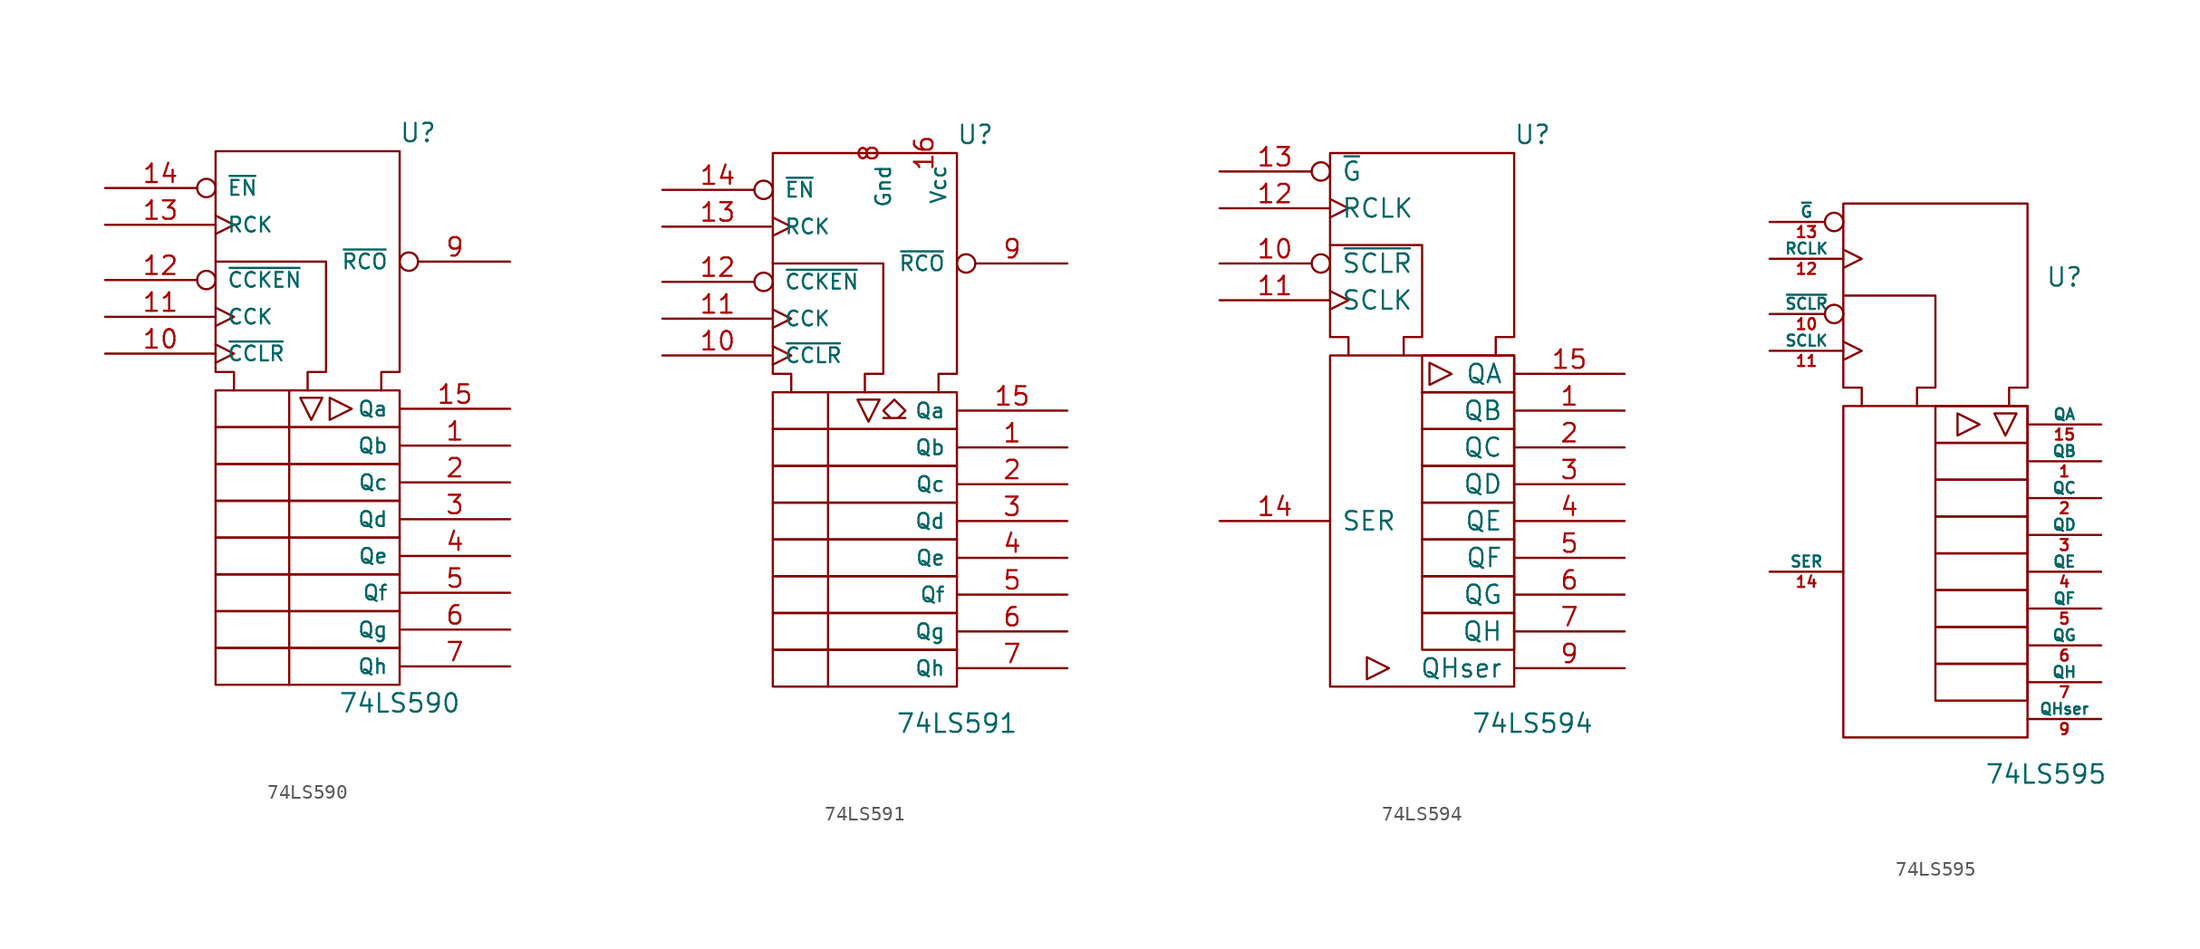
<source format=kicad_sym>
(kicad_symbol_lib
  (version 20201005)
  (generator kicad_symbol_editor)
  (symbol "74LS590"
    (pin_names
      (offset 0.762))
    (property "Reference" "U"
      (at 7.62 20.32 0)
      (effects (font (size 1.27 1.27))))
    (property "Value" "74LS590"
      (at 6.35 -19.05 0)
      (effects (font (size 1.27 1.27))))
    (symbol "74LS590_0_0"
      (rectangle (start -6.35 -15.24) (end 6.35 -17.78) (stroke (width 0)) (fill (type none)))
      (rectangle (start -6.35 -12.7) (end 6.35 -15.24) (stroke (width 0)) (fill (type none)))
      (rectangle (start -6.35 -10.16) (end 6.35 -12.7) (stroke (width 0)) (fill (type none)))
      (rectangle (start -6.35 -7.62) (end 6.35 -10.16) (stroke (width 0)) (fill (type none)))
      (rectangle (start -6.35 -5.08) (end 6.35 -7.62) (stroke (width 0)) (fill (type none)))
      (rectangle (start -6.35 -2.54) (end 6.35 -5.08) (stroke (width 0)) (fill (type none)))
      (rectangle (start -6.35 0) (end 6.35 -2.54) (stroke (width 0)) (fill (type none)))
      (rectangle (start -6.35 2.54) (end 6.35 0) (stroke (width 0)) (fill (type none)))
      (polyline (pts (xy -1.27 2.54) (xy -1.27 -17.78) (xy -1.27 -17.78)) (stroke (width 0)) (fill (type none)))
      (polyline (pts (xy -0.508 2.032) (xy 1.016 2.032) (xy 0.254 0.508) (xy -0.508 2.032) (xy -0.508 2.032)) (stroke (width 0)) (fill (type none)))
      (polyline (pts (xy 1.524 2.032) (xy 3.048 1.27) (xy 1.524 0.508) (xy 1.524 2.032) (xy 1.524 2.032)) (stroke (width 0)) (fill (type none)))
      (polyline (pts (xy -6.35 11.43) (xy 1.27 11.43) (xy 1.27 3.81) (xy 0 3.81) (xy 0 2.54) (xy 0 2.54)) (stroke (width 0)) (fill (type none)))
      (polyline (pts (xy -5.08 2.54) (xy -5.08 3.81) (xy -6.35 3.81) (xy -6.35 19.05) (xy 6.35 19.05) (xy 6.35 3.81) (xy 5.08 3.81) (xy 5.08 2.54) (xy 5.08 2.54)) (stroke (width 0)) (fill (type none))))
    (symbol "74LS590_0_1"
      (pin power_in line (at 5.08 19.05 270) (length 0) hide (name "Vcc" (effects (font (size 1.016 1.016)))) (number "16" (effects (font (size 1.27 1.27)))))
      (pin power_in line (at 1.27 19.05 270) (length 0) hide (name "Gnd" (effects (font (size 1.016 1.016)))) (number "8" (effects (font (size 1.27 1.27))))))
    (symbol "74LS590_1_1"
      (pin output line (at 13.97 -1.27 180) (length 7.62) (name "Qb" (effects (font (size 1.016 1.016)))) (number "1" (effects (font (size 1.27 1.27)))))
      (pin input clock (at -13.97 5.08 0) (length 7.62) (name "~CCLR" (effects (font (size 1.016 1.016)))) (number "10" (effects (font (size 1.27 1.27)))))
      (pin input clock (at -13.97 7.62 0) (length 7.62) (name "CCK" (effects (font (size 1.016 1.016)))) (number "11" (effects (font (size 1.27 1.27)))))
      (pin input inverted (at -13.97 10.16 0) (length 7.62) (name "~CCKEN" (effects (font (size 1.016 1.016)))) (number "12" (effects (font (size 1.27 1.27)))))
      (pin input clock (at -13.97 13.97 0) (length 7.62) (name "RCK" (effects (font (size 1.016 1.016)))) (number "13" (effects (font (size 1.27 1.27)))))
      (pin input inverted (at -13.97 16.51 0) (length 7.62) (name "~EN" (effects (font (size 1.016 1.016)))) (number "14" (effects (font (size 1.27 1.27)))))
      (pin output line (at 13.97 1.27 180) (length 7.62) (name "Qa" (effects (font (size 1.016 1.016)))) (number "15" (effects (font (size 1.27 1.27)))))
      (pin output line (at 13.97 -3.81 180) (length 7.62) (name "Qc" (effects (font (size 1.016 1.016)))) (number "2" (effects (font (size 1.27 1.27)))))
      (pin output line (at 13.97 -6.35 180) (length 7.62) (name "Qd" (effects (font (size 1.016 1.016)))) (number "3" (effects (font (size 1.27 1.27)))))
      (pin output line (at 13.97 -8.89 180) (length 7.62) (name "Qe" (effects (font (size 1.016 1.016)))) (number "4" (effects (font (size 1.27 1.27)))))
      (pin output line (at 13.97 -11.43 180) (length 7.62) (name "Qf" (effects (font (size 1.016 1.016)))) (number "5" (effects (font (size 1.27 1.27)))))
      (pin output line (at 13.97 -13.97 180) (length 7.62) (name "Qg" (effects (font (size 1.016 1.016)))) (number "6" (effects (font (size 1.27 1.27)))))
      (pin output line (at 13.97 -16.51 180) (length 7.62) (name "Qh" (effects (font (size 1.016 1.016)))) (number "7" (effects (font (size 1.27 1.27)))))
      (pin output inverted (at 13.97 11.43 180) (length 7.62) (name "~RCO" (effects (font (size 1.016 1.016)))) (number "9" (effects (font (size 1.27 1.27)))))))
  (symbol "74LS591"
    (pin_names
      (offset 0.762))
    (property "Reference" "U"
      (at 7.62 20.32 0)
      (effects (font (size 1.27 1.27))))
    (property "Value" "74LS591"
      (at 6.35 -20.32 0)
      (effects (font (size 1.27 1.27))))
    (symbol "74LS591_0_0"
      (rectangle (start -6.35 -15.24) (end 6.35 -17.78) (stroke (width 0)) (fill (type none)))
      (rectangle (start -6.35 -12.7) (end 6.35 -15.24) (stroke (width 0)) (fill (type none)))
      (rectangle (start -6.35 -10.16) (end 6.35 -12.7) (stroke (width 0)) (fill (type none)))
      (rectangle (start -6.35 -7.62) (end 6.35 -10.16) (stroke (width 0)) (fill (type none)))
      (rectangle (start -6.35 -5.08) (end 6.35 -7.62) (stroke (width 0)) (fill (type none)))
      (rectangle (start -6.35 -2.54) (end 6.35 -5.08) (stroke (width 0)) (fill (type none)))
      (rectangle (start -6.35 0) (end 6.35 -2.54) (stroke (width 0)) (fill (type none)))
      (rectangle (start -6.35 2.54) (end 6.35 0) (stroke (width 0)) (fill (type none)))
      (polyline (pts (xy -2.54 2.54) (xy -2.54 -17.78) (xy -2.54 -17.78)) (stroke (width 0)) (fill (type none)))
      (polyline (pts (xy -0.508 2.032) (xy 1.016 2.032) (xy 0.254 0.508) (xy -0.508 2.032) (xy -0.508 2.032)) (stroke (width 0)) (fill (type none)))
      (polyline (pts (xy -6.35 11.43) (xy 1.27 11.43) (xy 1.27 3.81) (xy 0 3.81) (xy 0 2.54) (xy 0 2.54)) (stroke (width 0)) (fill (type none)))
      (polyline (pts (xy -5.08 2.54) (xy -5.08 3.81) (xy -6.35 3.81) (xy -6.35 19.05) (xy 6.35 19.05) (xy 6.35 3.81) (xy 5.08 3.81) (xy 5.08 2.54) (xy 5.08 2.54)) (stroke (width 0)) (fill (type none)))
      (polyline (pts (xy 2.032 2.032) (xy 2.794 1.27) (xy 2.286 0.762) (xy 2.794 0.762) (xy 1.27 0.762) (xy 1.778 0.762) (xy 1.27 1.27) (xy 2.032 2.032) (xy 2.032 2.032)) (stroke (width 0)) (fill (type none))))
    (symbol "74LS591_0_1"
      (pin power_in line (at 5.08 19.05 270) (length 0) (name "Vcc" (effects (font (size 1.016 1.016)))) (number "16" (effects (font (size 1.27 1.27)))))
      (pin power_in line (at 1.27 19.05 270) (length 0) (name "Gnd" (effects (font (size 1.016 1.016)))) (number "8" (effects (font (size 1.27 1.27))))))
    (symbol "74LS591_1_1"
      (pin output line (at 13.97 -1.27 180) (length 7.62) (name "Qb" (effects (font (size 1.016 1.016)))) (number "1" (effects (font (size 1.27 1.27)))))
      (pin input clock (at -13.97 5.08 0) (length 7.62) (name "~CCLR" (effects (font (size 1.016 1.016)))) (number "10" (effects (font (size 1.27 1.27)))))
      (pin input clock (at -13.97 7.62 0) (length 7.62) (name "CCK" (effects (font (size 1.016 1.016)))) (number "11" (effects (font (size 1.27 1.27)))))
      (pin input inverted (at -13.97 10.16 0) (length 7.62) (name "~CCKEN" (effects (font (size 1.016 1.016)))) (number "12" (effects (font (size 1.27 1.27)))))
      (pin input clock (at -13.97 13.97 0) (length 7.62) (name "RCK" (effects (font (size 1.016 1.016)))) (number "13" (effects (font (size 1.27 1.27)))))
      (pin input inverted (at -13.97 16.51 0) (length 7.62) (name "~EN" (effects (font (size 1.016 1.016)))) (number "14" (effects (font (size 1.27 1.27)))))
      (pin output line (at 13.97 1.27 180) (length 7.62) (name "Qa" (effects (font (size 1.016 1.016)))) (number "15" (effects (font (size 1.27 1.27)))))
      (pin output line (at 13.97 -3.81 180) (length 7.62) (name "Qc" (effects (font (size 1.016 1.016)))) (number "2" (effects (font (size 1.27 1.27)))))
      (pin output line (at 13.97 -6.35 180) (length 7.62) (name "Qd" (effects (font (size 1.016 1.016)))) (number "3" (effects (font (size 1.27 1.27)))))
      (pin output line (at 13.97 -8.89 180) (length 7.62) (name "Qe" (effects (font (size 1.016 1.016)))) (number "4" (effects (font (size 1.27 1.27)))))
      (pin output line (at 13.97 -11.43 180) (length 7.62) (name "Qf" (effects (font (size 1.016 1.016)))) (number "5" (effects (font (size 1.27 1.27)))))
      (pin output line (at 13.97 -13.97 180) (length 7.62) (name "Qg" (effects (font (size 1.016 1.016)))) (number "6" (effects (font (size 1.27 1.27)))))
      (pin output line (at 13.97 -16.51 180) (length 7.62) (name "Qh" (effects (font (size 1.016 1.016)))) (number "7" (effects (font (size 1.27 1.27)))))
      (pin output inverted (at 13.97 11.43 180) (length 7.62) (name "~RCO" (effects (font (size 1.016 1.016)))) (number "9" (effects (font (size 1.27 1.27)))))))
  (symbol "74LS594"
    (pin_names
      (offset 0.762))
    (property "Reference" "U"
      (at 7.62 16.51 0)
      (effects (font (size 1.27 1.27))))
    (property "Value" "74LS594"
      (at 7.62 -24.13 0)
      (effects (font (size 1.27 1.27))))
    (symbol "74LS594_0_0"
      (rectangle (start -6.35 1.27) (end 6.35 -21.59) (stroke (width 0)) (fill (type none)))
      (rectangle (start 0 -16.51) (end 6.35 -19.05) (stroke (width 0)) (fill (type none)))
      (rectangle (start 0 -13.97) (end 6.35 -16.51) (stroke (width 0)) (fill (type none)))
      (rectangle (start 0 -11.43) (end 6.35 -13.97) (stroke (width 0)) (fill (type none)))
      (rectangle (start 0 -8.89) (end 6.35 -11.43) (stroke (width 0)) (fill (type none)))
      (rectangle (start 0 -6.35) (end 6.35 -8.89) (stroke (width 0)) (fill (type none)))
      (rectangle (start 0 -3.81) (end 6.35 -6.35) (stroke (width 0)) (fill (type none)))
      (rectangle (start 0 -1.27) (end 6.35 -3.81) (stroke (width 0)) (fill (type none)))
      (rectangle (start 0 1.27) (end 6.35 -1.27) (stroke (width 0)) (fill (type none)))
      (polyline (pts (xy -2.286 -20.32) (xy -3.81 -19.558) (xy -3.81 -21.082) (xy -2.286 -20.32) (xy -2.286 -20.32)) (stroke (width 0)) (fill (type none)))
      (polyline (pts (xy 0.508 0.762) (xy 0.508 -0.762) (xy 2.032 0) (xy 0.508 0.762) (xy 0.508 0.762)) (stroke (width 0)) (fill (type none)))
      (polyline (pts (xy -6.35 8.89) (xy 0 8.89) (xy 0 2.54) (xy -1.27 2.54) (xy -1.27 1.27) (xy -1.27 1.27)) (stroke (width 0)) (fill (type none)))
      (polyline (pts (xy -5.08 1.27) (xy -5.08 2.54) (xy -6.35 2.54) (xy -6.35 15.24) (xy 6.35 15.24) (xy 6.35 2.54) (xy 5.08 2.54) (xy 5.08 1.27) (xy 5.08 1.27)) (stroke (width 0)) (fill (type none))))
    (symbol "74LS594_0_1"
      (pin power_in line (at 0 15.24 270) (length 0) hide (name "GND" (effects (font (size 1.27 1.27)))) (number "8" (effects (font (size 1.27 1.27))))))
    (symbol "74LS594_1_1"
      (pin tri_state line (at 13.97 -2.54 180) (length 7.62) (name "QB" (effects (font (size 1.27 1.27)))) (number "1" (effects (font (size 1.27 1.27)))))
      (pin input inverted (at -13.97 7.62 0) (length 7.62) (name "~SCLR" (effects (font (size 1.27 1.27)))) (number "10" (effects (font (size 1.27 1.27)))))
      (pin input clock (at -13.97 5.08 0) (length 7.62) (name "SCLK" (effects (font (size 1.27 1.27)))) (number "11" (effects (font (size 1.27 1.27)))))
      (pin input clock (at -13.97 11.43 0) (length 7.62) (name "RCLK" (effects (font (size 1.27 1.27)))) (number "12" (effects (font (size 1.27 1.27)))))
      (pin input inverted (at -13.97 13.97 0) (length 7.62) (name "~G" (effects (font (size 1.27 1.27)))) (number "13" (effects (font (size 1.27 1.27)))))
      (pin input line (at -13.97 -10.16 0) (length 7.62) (name "SER" (effects (font (size 1.27 1.27)))) (number "14" (effects (font (size 1.27 1.27)))))
      (pin tri_state line (at 13.97 0 180) (length 7.62) (name "QA" (effects (font (size 1.27 1.27)))) (number "15" (effects (font (size 1.27 1.27)))))
      (pin power_in line (at 3.81 15.24 270) (length 0) hide (name "VCC" (effects (font (size 1.27 1.27)))) (number "16" (effects (font (size 1.27 1.27)))))
      (pin tri_state line (at 13.97 -5.08 180) (length 7.62) (name "QC" (effects (font (size 1.27 1.27)))) (number "2" (effects (font (size 1.27 1.27)))))
      (pin tri_state line (at 13.97 -7.62 180) (length 7.62) (name "QD" (effects (font (size 1.27 1.27)))) (number "3" (effects (font (size 1.27 1.27)))))
      (pin tri_state line (at 13.97 -10.16 180) (length 7.62) (name "QE" (effects (font (size 1.27 1.27)))) (number "4" (effects (font (size 1.27 1.27)))))
      (pin tri_state line (at 13.97 -12.7 180) (length 7.62) (name "QF" (effects (font (size 1.27 1.27)))) (number "5" (effects (font (size 1.27 1.27)))))
      (pin tri_state line (at 13.97 -15.24 180) (length 7.62) (name "QG" (effects (font (size 1.27 1.27)))) (number "6" (effects (font (size 1.27 1.27)))))
      (pin tri_state line (at 13.97 -17.78 180) (length 7.62) (name "QH" (effects (font (size 1.27 1.27)))) (number "7" (effects (font (size 1.27 1.27)))))
      (pin output line (at 13.97 -20.32 180) (length 7.62) (name "QHser" (effects (font (size 1.27 1.27)))) (number "9" (effects (font (size 1.27 1.27)))))))
  (symbol "74LS595"
    (pin_names
      (offset 0))
    (property "Reference" "U"
      (at 8.89 10.16 0)
      (effects (font (size 1.27 1.27))))
    (property "Value" "74LS595"
      (at 7.62 -24.13 0)
      (effects (font (size 1.27 1.27))))
    (symbol "74LS595_0_0"
      (rectangle (start -6.35 1.27) (end 6.35 -21.59) (stroke (width 0)) (fill (type none)))
      (rectangle (start 0 -16.51) (end 6.35 -19.05) (stroke (width 0)) (fill (type none)))
      (rectangle (start 0 -13.97) (end 6.35 -16.51) (stroke (width 0)) (fill (type none)))
      (rectangle (start 0 -11.43) (end 6.35 -13.97) (stroke (width 0)) (fill (type none)))
      (rectangle (start 0 -8.89) (end 6.35 -11.43) (stroke (width 0)) (fill (type none)))
      (rectangle (start 0 -6.35) (end 6.35 -8.89) (stroke (width 0)) (fill (type none)))
      (rectangle (start 0 -3.81) (end 6.35 -6.35) (stroke (width 0)) (fill (type none)))
      (rectangle (start 0 -1.27) (end 6.35 -3.81) (stroke (width 0)) (fill (type none)))
      (rectangle (start 0 1.27) (end 6.35 -1.27) (stroke (width 0)) (fill (type none)))
      (polyline (pts (xy 1.524 0.762) (xy 1.524 -0.762) (xy 3.048 0) (xy 1.524 0.762) (xy 1.524 0.762)) (stroke (width 0)) (fill (type none)))
      (polyline (pts (xy 5.588 0.762) (xy 4.064 0.762) (xy 4.826 -0.762) (xy 5.588 0.762) (xy 5.588 0.762)) (stroke (width 0)) (fill (type none)))
      (polyline (pts (xy -6.35 8.89) (xy 0 8.89) (xy 0 2.54) (xy -1.27 2.54) (xy -1.27 1.27) (xy -1.27 1.27)) (stroke (width 0)) (fill (type none)))
      (polyline (pts (xy -5.08 1.27) (xy -5.08 2.54) (xy -6.35 2.54) (xy -6.35 15.24) (xy 6.35 15.24) (xy 6.35 2.54) (xy 5.08 2.54) (xy 5.08 1.27) (xy 5.08 1.27)) (stroke (width 0)) (fill (type none))))
    (symbol "74LS595_0_1"
      (pin power_in line (at 3.81 20.32 270) (length 5.08) hide (name "GND" (effects (font (size 0.762 0.762)))) (number "8" (effects (font (size 0.762 0.762))))))
    (symbol "74LS595_1_1"
      (pin tri_state line (at 11.43 -2.54 180) (length 5.08) (name "QB" (effects (font (size 0.762 0.762)))) (number "1" (effects (font (size 0.762 0.762)))))
      (pin input inverted (at -11.43 7.62 0) (length 5.08) (name "~SCLR" (effects (font (size 0.762 0.762)))) (number "10" (effects (font (size 0.762 0.762)))))
      (pin input clock (at -11.43 5.08 0) (length 5.08) (name "SCLK" (effects (font (size 0.762 0.762)))) (number "11" (effects (font (size 0.762 0.762)))))
      (pin input clock (at -11.43 11.43 0) (length 5.08) (name "RCLK" (effects (font (size 0.762 0.762)))) (number "12" (effects (font (size 0.762 0.762)))))
      (pin input inverted (at -11.43 13.97 0) (length 5.08) (name "~G" (effects (font (size 0.762 0.762)))) (number "13" (effects (font (size 0.762 0.762)))))
      (pin input line (at -11.43 -10.16 0) (length 5.08) (name "SER" (effects (font (size 0.762 0.762)))) (number "14" (effects (font (size 0.762 0.762)))))
      (pin tri_state line (at 11.43 0 180) (length 5.08) (name "QA" (effects (font (size 0.762 0.762)))) (number "15" (effects (font (size 0.762 0.762)))))
      (pin power_in line (at -3.81 20.32 270) (length 5.08) hide (name "VCC" (effects (font (size 0.762 0.762)))) (number "16" (effects (font (size 0.762 0.762)))))
      (pin tri_state line (at 11.43 -5.08 180) (length 5.08) (name "QC" (effects (font (size 0.762 0.762)))) (number "2" (effects (font (size 0.762 0.762)))))
      (pin tri_state line (at 11.43 -7.62 180) (length 5.08) (name "QD" (effects (font (size 0.762 0.762)))) (number "3" (effects (font (size 0.762 0.762)))))
      (pin tri_state line (at 11.43 -10.16 180) (length 5.08) (name "QE" (effects (font (size 0.762 0.762)))) (number "4" (effects (font (size 0.762 0.762)))))
      (pin tri_state line (at 11.43 -12.7 180) (length 5.08) (name "QF" (effects (font (size 0.762 0.762)))) (number "5" (effects (font (size 0.762 0.762)))))
      (pin tri_state line (at 11.43 -15.24 180) (length 5.08) (name "QG" (effects (font (size 0.762 0.762)))) (number "6" (effects (font (size 0.762 0.762)))))
      (pin tri_state line (at 11.43 -17.78 180) (length 5.08) (name "QH" (effects (font (size 0.762 0.762)))) (number "7" (effects (font (size 0.762 0.762)))))
      (pin output line (at 11.43 -20.32 180) (length 5.08) (name "QHser" (effects (font (size 0.762 0.762)))) (number "9" (effects (font (size 0.762 0.762))))))))
</source>
